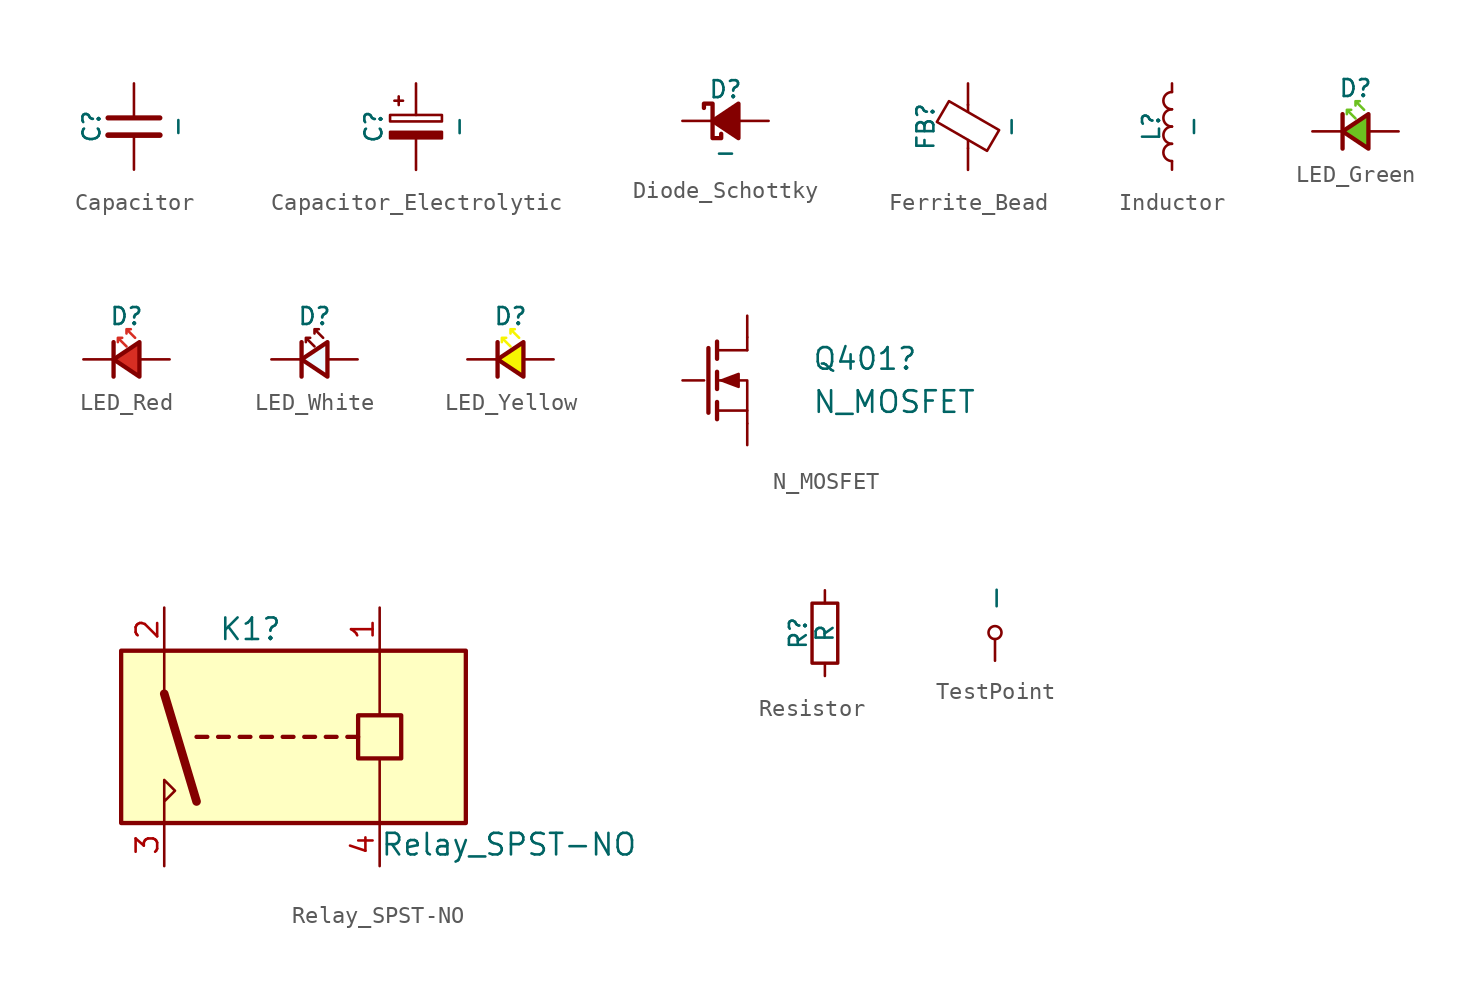
<source format=kicad_sym>
(kicad_symbol_lib
  (version 20241209)
  (generator "kicad_symbol_editor")
  (generator_version "9.0")
  (symbol "Capacitor"
    (pin_numbers
      (hide yes))
    (pin_names
      (offset 0.254)
      (hide yes))
    (property "Reference" "C"
      (at -1.905 0 90)
      (do_not_autoplace)
      (effects (font (size 1 1)) (justify bottom)))
    (property "Value" "-"
      (at 2.54 0 90)
      (do_not_autoplace)
      (effects (font (size 1 1))))
    (symbol "Capacitor_0_1"
      (polyline (pts (xy -1.524 0.508) (xy 1.524 0.508)) (stroke (width 0.305) (type default)) (fill (type none)))
      (polyline (pts (xy -1.524 -0.508) (xy 1.524 -0.508)) (stroke (width 0.33) (type default)) (fill (type none))))
    (symbol "Capacitor_1_1"
      (pin passive line (at 0 2.54 270) (length 2.032) (name "~" (effects (font (size 1 1)))) (number "1" (effects (font (size 1 1)))))
      (pin passive line (at 0 -2.54 90) (length 2.032) (name "~" (effects (font (size 1 1)))) (number "2" (effects (font (size 1 1)))))))
  (symbol "Capacitor_Electrolytic"
    (pin_numbers
      (hide yes))
    (pin_names
      (offset 0.254)
      (hide yes))
    (property "Reference" "C"
      (at -1.905 0 90)
      (do_not_autoplace)
      (effects (font (size 1 1)) (justify bottom)))
    (property "Value" "-"
      (at 1.905 0 90)
      (do_not_autoplace)
      (effects (font (size 1 1)) (justify top)))
    (symbol "Capacitor_Electrolytic_0_1"
      (rectangle (start -1.524 0.686) (end 1.524 0.305) (stroke (width 0) (type default)) (fill (type none)))
      (rectangle (start -1.524 -0.305) (end 1.524 -0.686) (stroke (width 0) (type default)) (fill (type outline)))
      (polyline (pts (xy -1.27 1.524) (xy -0.762 1.524)) (stroke (width 0) (type default)) (fill (type none)))
      (polyline (pts (xy -1.016 1.27) (xy -1.016 1.778)) (stroke (width 0) (type default)) (fill (type none))))
    (symbol "Capacitor_Electrolytic_1_1"
      (pin passive line (at 0 2.54 270) (length 1.854) (name "~" (effects (font (size 1 1)))) (number "1" (effects (font (size 1 1)))))
      (pin passive line (at 0 -2.54 90) (length 1.854) (name "~" (effects (font (size 1 1)))) (number "2" (effects (font (size 1 1)))))))
  (symbol "Diode_Schottky"
    (pin_numbers
      (hide yes))
    (pin_names
      (offset 0.254)
      (hide yes))
    (property "Reference" "D"
      (at 0 1.27 0)
      (do_not_autoplace)
      (effects (font (size 1 1)) (justify bottom)))
    (property "Value" "-"
      (at 0 -1.27 0)
      (effects (font (size 1 1)) (justify top)))
    (symbol "Diode_Schottky_0_1"
      (polyline (pts (xy -1.27 0.762) (xy -1.27 1.016) (xy -0.762 1.016) (xy -0.762 -1.016) (xy -0.254 -1.016) (xy -0.254 -0.762)) (stroke (width 0.254) (type default)) (fill (type none)))
      (polyline (pts (xy -0.762 0) (xy 0.762 0)) (stroke (width 0) (type default)) (fill (type none)))
      (polyline (pts (xy 0.762 -1.016) (xy -0.762 0) (xy 0.762 1.016) (xy 0.762 -1.016)) (stroke (width 0.254) (type default)) (fill (type outline))))
    (symbol "Diode_Schottky_1_1"
      (pin passive line (at -2.54 0 0) (length 1.778) (name "K" (effects (font (size 1 1)))) (number "1" (effects (font (size 1 1)))))
      (pin passive line (at 2.54 0 180) (length 1.778) (name "A" (effects (font (size 1 1)))) (number "2" (effects (font (size 1 1)))))))
  (symbol "Ferrite_Bead"
    (pin_numbers
      (hide yes))
    (pin_names
      (offset 0))
    (property "Reference" "FB"
      (at -1.905 0 90)
      (do_not_autoplace)
      (effects (font (size 1 1)) (justify bottom)))
    (property "Value" "-"
      (at 1.905 0 90)
      (do_not_autoplace)
      (effects (font (size 1 1)) (justify top)))
    (symbol "Ferrite_Bead_0_1"
      (polyline (pts (xy -1.829 0.279) (xy -1.118 1.499) (xy 1.829 -0.203) (xy 1.118 -1.422) (xy -1.829 0.279)) (stroke (width 0) (type default)) (fill (type none)))
      (polyline (pts (xy 0 0.889) (xy 0 1.295)) (stroke (width 0) (type default)) (fill (type none)))
      (polyline (pts (xy 0 -1.27) (xy 0 -0.787)) (stroke (width 0) (type default)) (fill (type none))))
    (symbol "Ferrite_Bead_1_1"
      (pin passive line (at 0 2.54 270) (length 1.27) (name "~" (effects (font (size 1 1)))) (number "1" (effects (font (size 1 1)))))
      (pin passive line (at 0 -2.54 90) (length 1.27) (name "~" (effects (font (size 1 1)))) (number "2" (effects (font (size 1 1)))))))
  (symbol "Inductor"
    (pin_numbers
      (hide yes))
    (pin_names
      (offset 0.254)
      (hide yes))
    (property "Reference" "L"
      (at -0.635 0 90)
      (do_not_autoplace)
      (effects (font (size 1 1)) (justify bottom)))
    (property "Value" "-"
      (at 0.635 0 90)
      (do_not_autoplace)
      (effects (font (size 1 1)) (justify top)))
    (symbol "Inductor_0_1"
      (arc (start 0 1.016) (mid -0.5058 1.524) (end 0 2.032) (stroke (width 0) (type default)) (fill (type none)))
      (arc (start 0 0) (mid -0.5058 0.508) (end 0 1.016) (stroke (width 0) (type default)) (fill (type none)))
      (arc (start 0 -1.016) (mid -0.5058 -0.508) (end 0 0) (stroke (width 0) (type default)) (fill (type none)))
      (arc (start 0 -2.032) (mid -0.5058 -1.524) (end 0 -1.016) (stroke (width 0) (type default)) (fill (type none))))
    (symbol "Inductor_1_1"
      (pin passive line (at 0 2.54 270) (length 0.508) (name "~" (effects (font (size 1 1)))) (number "2" (effects (font (size 1 1)))))
      (pin passive line (at 0 -2.54 90) (length 0.508) (name "~" (effects (font (size 1 1)))) (number "1" (effects (font (size 1 1)))))))
  (symbol "LED_Green"
    (pin_numbers
      (hide yes))
    (pin_names
      (offset 0.254)
      (hide yes))
    (property "Reference" "D"
      (at 0 2.54 0)
      (do_not_autoplace)
      (effects (font (size 1 1))))
    (symbol "LED_Green_0_1"
      (polyline (pts (xy -0.762 -1.016) (xy -0.762 1.016)) (stroke (width 0.254) (type default)) (fill (type none))))
    (symbol "LED_Green_1_1"
      (polyline (pts (xy 0 0.762) (xy -0.508 1.27) (xy -0.254 1.27) (xy -0.508 1.27) (xy -0.508 1.016)) (stroke (width 0) (type default) (color 108 193 32 1)) (fill (type none)))
      (polyline (pts (xy 0.508 1.27) (xy 0 1.778) (xy 0.254 1.778) (xy 0 1.778) (xy 0 1.524)) (stroke (width 0) (type default) (color 108 193 32 1)) (fill (type none)))
      (polyline (pts (xy 0.762 -1.016) (xy -0.762 0) (xy 0.762 1.016) (xy 0.762 -1.016)) (stroke (width 0.254) (type default)) (fill (type color) (color 108 193 32 1)))
      (pin passive line (at -2.54 0 0) (length 1.778) (name "K" (effects (font (size 1 1)))) (number "1" (effects (font (size 1 1)))))
      (pin passive line (at 2.54 0 180) (length 1.778) (name "A" (effects (font (size 1 1)))) (number "2" (effects (font (size 1 1)))))))
  (symbol "LED_Red"
    (pin_numbers
      (hide yes))
    (pin_names
      (offset 0.254)
      (hide yes))
    (property "Reference" "D"
      (at 0 2.54 0)
      (do_not_autoplace)
      (effects (font (size 1 1))))
    (symbol "LED_Red_0_1"
      (polyline (pts (xy -0.762 -1.016) (xy -0.762 1.016)) (stroke (width 0.254) (type default)) (fill (type none))))
    (symbol "LED_Red_1_1"
      (polyline (pts (xy 0 0.762) (xy -0.508 1.27) (xy -0.254 1.27) (xy -0.508 1.27) (xy -0.508 1.016)) (stroke (width 0) (type default) (color 215 46 35 1)) (fill (type none)))
      (polyline (pts (xy 0.508 1.27) (xy 0 1.778) (xy 0.254 1.778) (xy 0 1.778) (xy 0 1.524)) (stroke (width 0) (type default) (color 215 46 35 1)) (fill (type none)))
      (polyline (pts (xy 0.762 -1.016) (xy -0.762 0) (xy 0.762 1.016) (xy 0.762 -1.016)) (stroke (width 0.254) (type default)) (fill (type color) (color 215 46 35 1)))
      (pin passive line (at -2.54 0 0) (length 1.778) (name "K" (effects (font (size 1 1)))) (number "1" (effects (font (size 1 1)))))
      (pin passive line (at 2.54 0 180) (length 1.778) (name "A" (effects (font (size 1 1)))) (number "2" (effects (font (size 1 1)))))))
  (symbol "LED_White"
    (pin_numbers
      (hide yes))
    (pin_names
      (offset 0.254)
      (hide yes))
    (property "Reference" "D"
      (at 0 2.54 0)
      (do_not_autoplace)
      (effects (font (size 1 1))))
    (symbol "LED_White_0_1"
      (polyline (pts (xy -0.762 -1.016) (xy -0.762 1.016)) (stroke (width 0.254) (type default)) (fill (type none))))
    (symbol "LED_White_1_1"
      (polyline (pts (xy 0 0.762) (xy -0.508 1.27) (xy -0.254 1.27) (xy -0.508 1.27) (xy -0.508 1.016)) (stroke (width 0) (type default)) (fill (type none)))
      (polyline (pts (xy 0.508 1.27) (xy 0 1.778) (xy 0.254 1.778) (xy 0 1.778) (xy 0 1.524)) (stroke (width 0) (type default)) (fill (type none)))
      (polyline (pts (xy 0.762 -1.016) (xy -0.762 0) (xy 0.762 1.016) (xy 0.762 -1.016)) (stroke (width 0.254) (type default)) (fill (type color) (color 240 251 255 1)))
      (pin passive line (at -2.54 0 0) (length 1.778) (name "K" (effects (font (size 1 1)))) (number "1" (effects (font (size 1 1)))))
      (pin passive line (at 2.54 0 180) (length 1.778) (name "A" (effects (font (size 1 1)))) (number "2" (effects (font (size 1 1)))))))
  (symbol "LED_Yellow"
    (pin_numbers
      (hide yes))
    (pin_names
      (offset 0.254)
      (hide yes))
    (property "Reference" "D"
      (at 0 2.54 0)
      (do_not_autoplace)
      (effects (font (size 1 1))))
    (symbol "LED_Yellow_0_1"
      (polyline (pts (xy -0.762 -1.016) (xy -0.762 1.016)) (stroke (width 0.254) (type default)) (fill (type none))))
    (symbol "LED_Yellow_1_1"
      (polyline (pts (xy 0 0.762) (xy -0.508 1.27) (xy -0.254 1.27) (xy -0.508 1.27) (xy -0.508 1.016)) (stroke (width 0) (type default) (color 247 244 2 1)) (fill (type none)))
      (polyline (pts (xy 0.508 1.27) (xy 0 1.778) (xy 0.254 1.778) (xy 0 1.778) (xy 0 1.524)) (stroke (width 0) (type default) (color 247 244 2 1)) (fill (type none)))
      (polyline (pts (xy 0.762 -1.016) (xy -0.762 0) (xy 0.762 1.016) (xy 0.762 -1.016)) (stroke (width 0.254) (type default)) (fill (type color) (color 247 244 2 1)))
      (pin passive line (at -2.54 0 0) (length 1.778) (name "K" (effects (font (size 1 1)))) (number "1" (effects (font (size 1 1)))))
      (pin passive line (at 2.54 0 180) (length 1.778) (name "A" (effects (font (size 1 1)))) (number "2" (effects (font (size 1 1)))))))
  (symbol "N_MOSFET"
    (pin_numbers
      (hide yes))
    (pin_names
      (offset 0)
      (hide yes))
    (property "Reference" "Q401"
      (at 6.35 1.27 0)
      (effects (font (size 1.27 1.27)) (justify left)))
    (property "Value" "N_MOSFET"
      (at 6.35 -1.27 0)
      (effects (font (size 1.27 1.27)) (justify left)))
    (symbol "N_MOSFET_0_1"
      (polyline (pts (xy 0.254 1.905) (xy 0.254 -1.905)) (stroke (width 0.254) (type default)) (fill (type none)))
      (polyline (pts (xy 0.762 2.286) (xy 0.762 1.27)) (stroke (width 0.254) (type default)) (fill (type none)))
      (polyline (pts (xy 0.762 1.778) (xy 2.54 1.778) (xy 2.54 1.778) (xy 0.762 1.778)) (stroke (width 0) (type default)) (fill (type none)))
      (polyline (pts (xy 0.762 0.508) (xy 0.762 -0.508)) (stroke (width 0.254) (type default)) (fill (type none)))
      (polyline (pts (xy 0.762 -1.27) (xy 0.762 -2.286)) (stroke (width 0.254) (type default)) (fill (type none)))
      (polyline (pts (xy 0.762 -1.778) (xy 2.54 -1.778) (xy 2.54 -1.778) (xy 0.762 -1.778)) (stroke (width 0) (type default)) (fill (type none)))
      (polyline (pts (xy 1.016 0) (xy 2.032 0.381) (xy 2.032 -0.381) (xy 1.016 0)) (stroke (width 0) (type default)) (fill (type outline)))
      (polyline (pts (xy 2.54 2.54) (xy 2.54 1.778)) (stroke (width 0) (type default)) (fill (type none)))
      (polyline (pts (xy 2.54 -2.54) (xy 2.54 0) (xy 0.762 0)) (stroke (width 0) (type default)) (fill (type none))))
    (symbol "N_MOSFET_1_1"
      (pin input line (at -1.27 0 0) (length 1.27) (name "G" (effects (font (size 1.27 1.27)))) (number "1" (effects (font (size 1.27 1.27)))))
      (pin passive line (at 2.54 3.81 270) (length 1.27) (name "D" (effects (font (size 1.27 1.27)))) (number "3" (effects (font (size 1.27 1.27)))))
      (pin passive line (at 2.54 -3.81 90) (length 1.27) (name "S" (effects (font (size 1.27 1.27)))) (number "2" (effects (font (size 1.27 1.27)))))))
  (symbol "Relay_SPST-NO"
    (property "Reference" "K1"
      (at 7.62 1.27 0)
      (do_not_autoplace)
      (effects (font (size 1.27 1.27))))
    (property "Value" "Relay_SPST-NO"
      (at 22.86 -11.43 0)
      (do_not_autoplace)
      (effects (font (size 1.27 1.27))))
    (symbol "Relay_SPST-NO_0_0"
      (polyline (pts (xy 2.54 -10.16) (xy 2.54 -7.62) (xy 3.175 -8.255) (xy 2.54 -8.89)) (stroke (width 0) (type default)) (fill (type none))))
    (symbol "Relay_SPST-NO_0_1"
      (rectangle (start 0 0) (end 20.32 -10.16) (stroke (width 0.254) (type default)) (fill (type background)))
      (polyline (pts (xy 2.54 -2.54) (xy 2.54 0)) (stroke (width 0) (type default)) (fill (type none)))
      (polyline (pts (xy 2.54 -2.54) (xy 4.445 -8.89)) (stroke (width 0.508) (type default)) (fill (type none)))
      (polyline (pts (xy 5.08 -5.08) (xy 4.445 -5.08)) (stroke (width 0.254) (type default)) (fill (type none)))
      (polyline (pts (xy 6.35 -5.08) (xy 5.715 -5.08)) (stroke (width 0.254) (type default)) (fill (type none)))
      (polyline (pts (xy 7.62 -5.08) (xy 6.985 -5.08)) (stroke (width 0.254) (type default)) (fill (type none)))
      (polyline (pts (xy 8.89 -5.08) (xy 8.255 -5.08)) (stroke (width 0.254) (type default)) (fill (type none)))
      (polyline (pts (xy 10.16 -5.08) (xy 9.525 -5.08)) (stroke (width 0.254) (type default)) (fill (type none)))
      (polyline (pts (xy 11.43 -5.08) (xy 10.795 -5.08)) (stroke (width 0.254) (type default)) (fill (type none)))
      (polyline (pts (xy 12.7 -5.08) (xy 12.065 -5.08)) (stroke (width 0.254) (type default)) (fill (type none)))
      (rectangle (start 13.97 -3.81) (end 16.51 -6.35) (stroke (width 0.254) (type default)) (fill (type none)))
      (polyline (pts (xy 13.97 -5.08) (xy 13.335 -5.08)) (stroke (width 0.254) (type default)) (fill (type none)))
      (polyline (pts (xy 15.24 0) (xy 15.24 -3.81)) (stroke (width 0) (type default)) (fill (type none)))
      (polyline (pts (xy 15.24 -10.16) (xy 15.24 -6.35)) (stroke (width 0) (type default)) (fill (type none))))
    (symbol "Relay_SPST-NO_1_1"
      (pin passive line (at 2.54 2.54 270) (length 2.54) (name "~" (effects (font (size 1.27 1.27)))) (number "2" (effects (font (size 1.27 1.27)))))
      (pin passive line (at 2.54 -12.7 90) (length 2.54) (name "~" (effects (font (size 1.27 1.27)))) (number "3" (effects (font (size 1.27 1.27)))))
      (pin passive line (at 15.24 2.54 270) (length 2.54) (name "~" (effects (font (size 1.27 1.27)))) (number "1" (effects (font (size 1.27 1.27)))))
      (pin passive line (at 15.24 -12.7 90) (length 2.54) (name "~" (effects (font (size 1.27 1.27)))) (number "4" (effects (font (size 1.27 1.27)))))))
  (symbol "Resistor"
    (pin_numbers
      (hide yes))
    (pin_names
      (offset 0.254)
      (hide yes))
    (property "Reference" "R"
      (at -1.587 0 90)
      (do_not_autoplace)
      (effects (font (size 1 1))))
    (property "Value" "R"
      (at 0 0 90)
      (do_not_autoplace)
      (effects (font (size 1 1))))
    (symbol "Resistor_0_1"
      (rectangle (start -0.762 1.778) (end 0.762 -1.778) (stroke (width 0.203) (type default)) (fill (type none))))
    (symbol "Resistor_1_1"
      (pin passive line (at 0 2.54 270) (length 0.762) (name "~" (effects (font (size 1 1)))) (number "1" (effects (font (size 1 1)))))
      (pin passive line (at 0 -2.54 90) (length 0.762) (name "~" (effects (font (size 1 1)))) (number "2" (effects (font (size 1 1)))))))
  (symbol "TestPoint"
    (pin_numbers
      (hide yes))
    (pin_names
      (offset 0.762)
      (hide yes))
    (property "Reference" "TP12"
      (at 0.254 -4.064 0)
      (do_not_autoplace)
      (effects (font (size 1 1)) (hide yes)))
    (property "Value" "-"
      (at 0 2.794 90)
      (effects (font (size 1.27 1.27)) (justify left)))
    (symbol "TestPoint_0_1"
      (circle (center 0 1.651) (radius 0.381) (stroke (width 0) (type default)) (fill (type none))))
    (symbol "TestPoint_1_1"
      (pin passive line (at 0 0 90) (length 1.27) (name "1" (effects (font (size 1.27 1.27)))) (number "1" (effects (font (size 1.27 1.27))))))))
</source>
